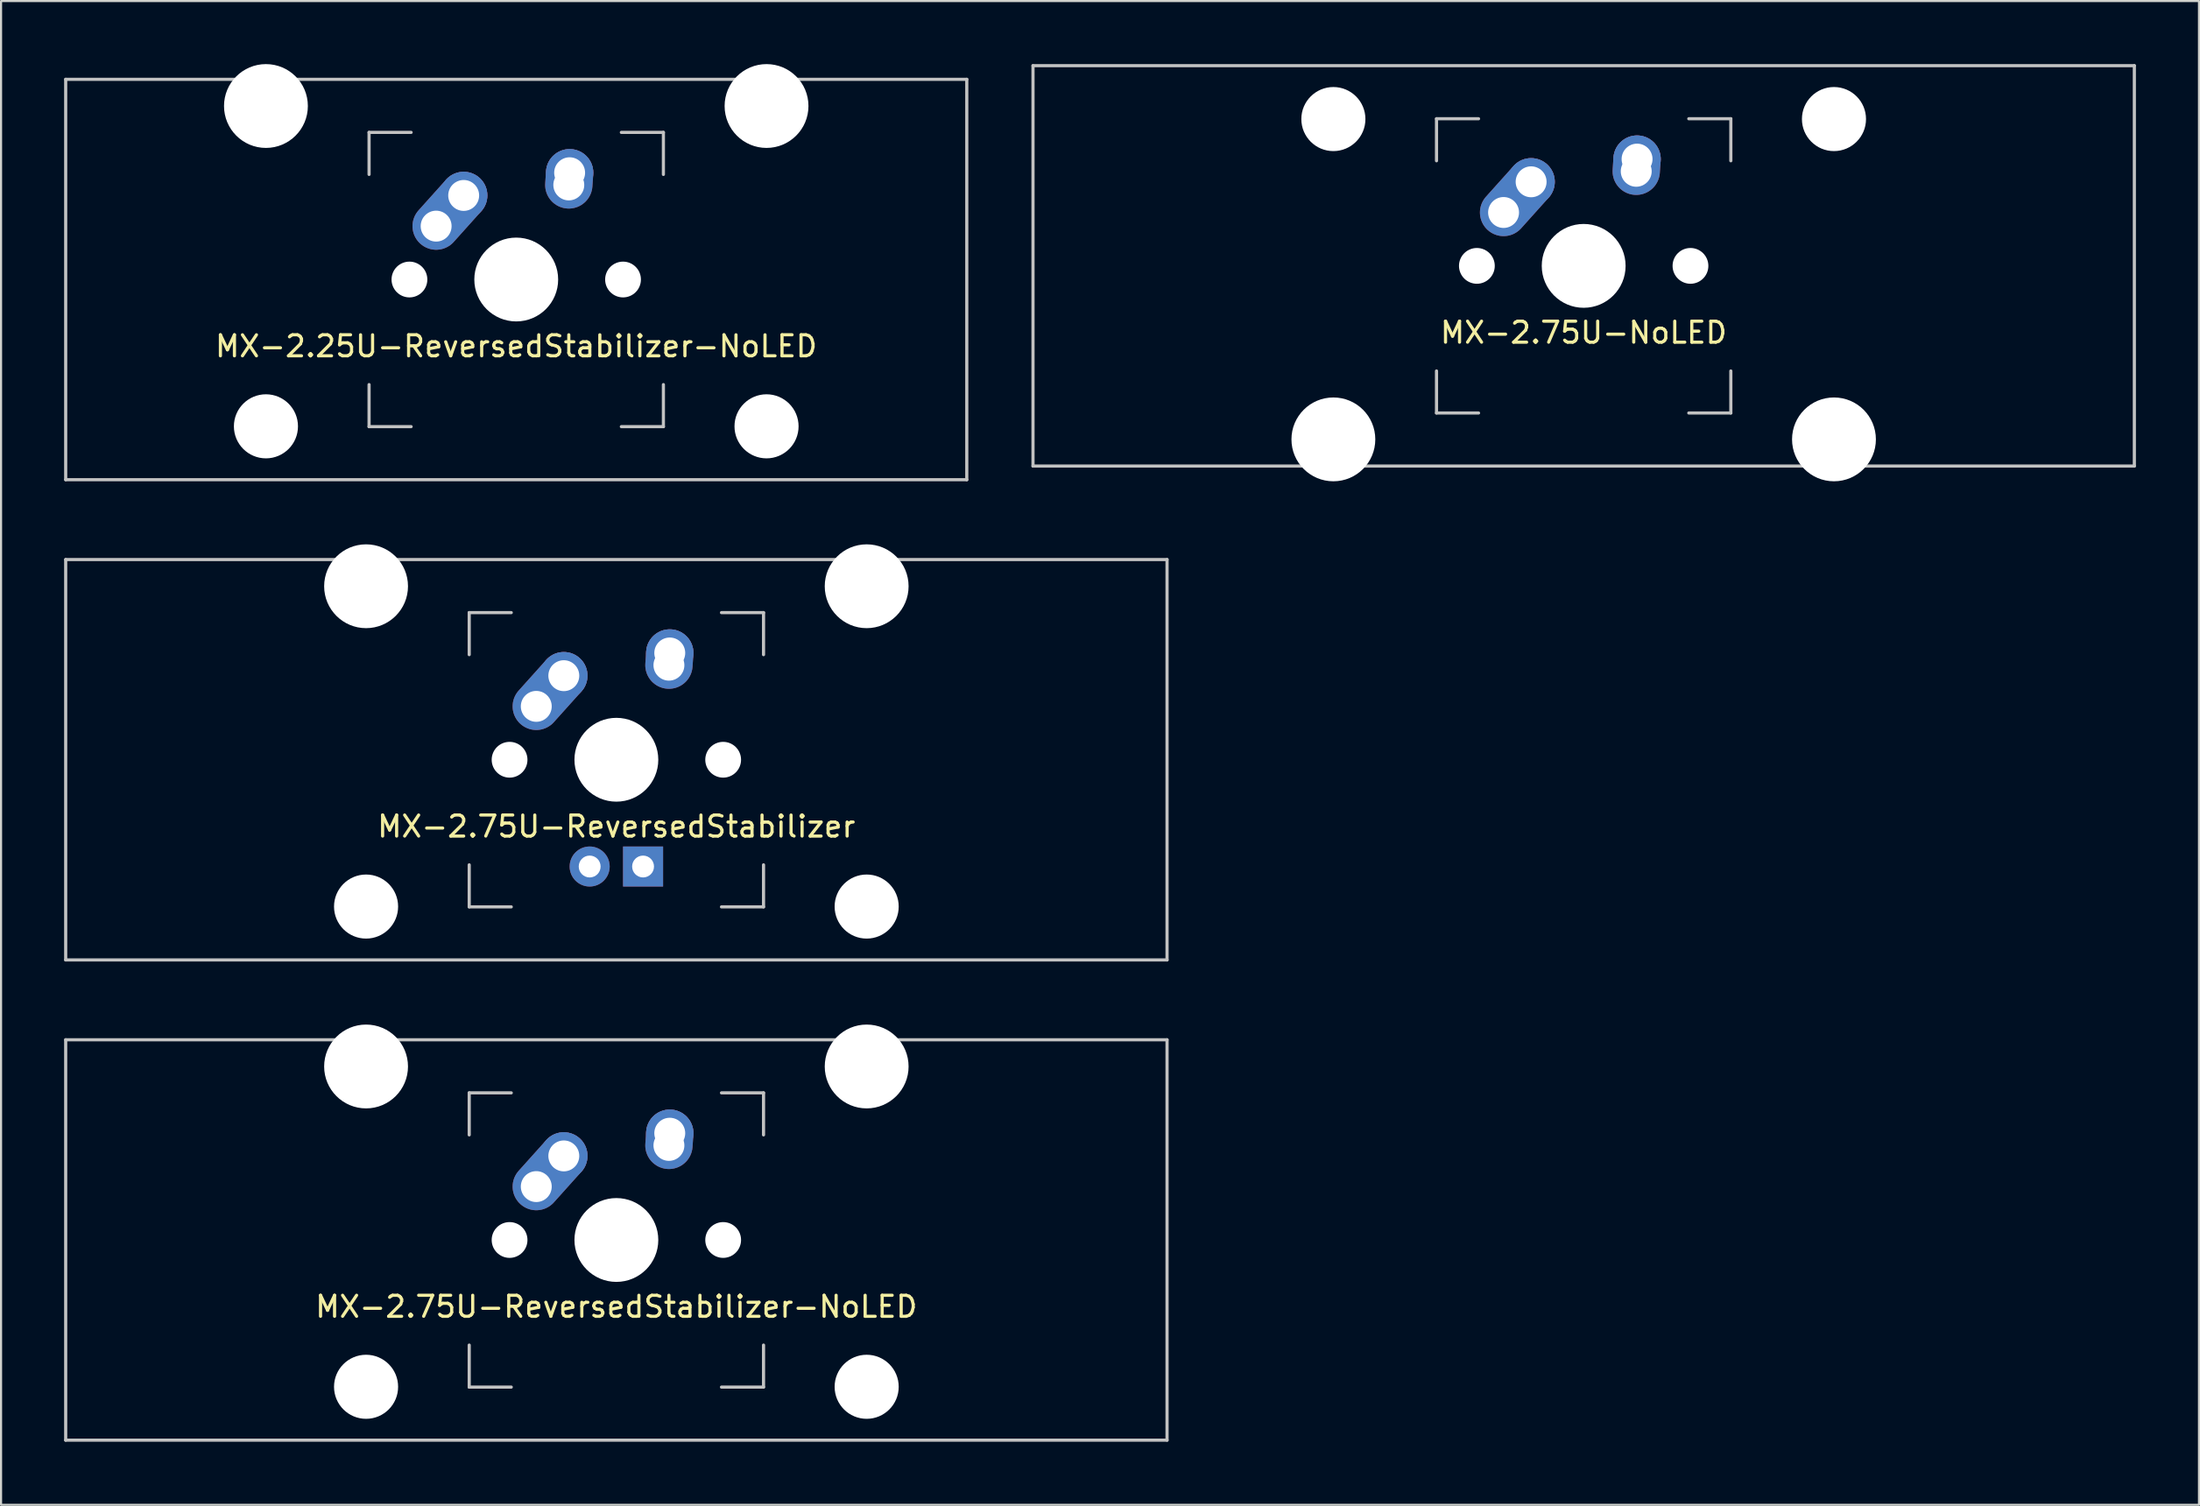
<source format=kicad_pcb>
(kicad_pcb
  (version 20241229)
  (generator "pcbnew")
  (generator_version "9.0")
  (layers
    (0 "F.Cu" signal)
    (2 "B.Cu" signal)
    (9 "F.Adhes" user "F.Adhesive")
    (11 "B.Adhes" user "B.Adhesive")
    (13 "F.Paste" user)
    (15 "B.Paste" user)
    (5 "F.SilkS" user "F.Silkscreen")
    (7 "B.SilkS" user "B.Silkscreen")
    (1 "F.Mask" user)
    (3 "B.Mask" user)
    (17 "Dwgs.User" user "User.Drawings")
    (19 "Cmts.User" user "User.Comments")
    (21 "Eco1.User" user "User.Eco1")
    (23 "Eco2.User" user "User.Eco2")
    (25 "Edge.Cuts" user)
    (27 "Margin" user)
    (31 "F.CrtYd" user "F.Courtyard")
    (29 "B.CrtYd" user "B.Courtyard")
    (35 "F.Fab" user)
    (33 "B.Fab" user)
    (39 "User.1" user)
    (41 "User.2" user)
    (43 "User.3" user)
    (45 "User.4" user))
  (footprint "MX-2.75U-ReversedStabilizer"
    (layer "F.Cu")
    (at 26.269 33.098)
    (property "Reference" "MX-2.75U-ReversedStabilizer" (at 0 3.175 0) (layer "F.SilkS") (effects (font (size 1 1) (thickness 0.15))))
    (attr through_hole)
    (fp_line (start -26.194 -9.525) (end 26.194 -9.525) (stroke (width 0.15) (type solid)) (layer "Dwgs.User"))
    (fp_line (start -26.194 9.525) (end -26.194 -9.525) (stroke (width 0.15) (type solid)) (layer "Dwgs.User"))
    (fp_line (start -26.194 9.525) (end 26.194 9.525) (stroke (width 0.15) (type solid)) (layer "Dwgs.User"))
    (fp_line (start -7 -7) (end -7 -5) (stroke (width 0.15) (type solid)) (layer "Dwgs.User"))
    (fp_line (start -7 5) (end -7 7) (stroke (width 0.15) (type solid)) (layer "Dwgs.User"))
    (fp_line (start -7 7) (end -5 7) (stroke (width 0.15) (type solid)) (layer "Dwgs.User"))
    (fp_line (start -5 -7) (end -7 -7) (stroke (width 0.15) (type solid)) (layer "Dwgs.User"))
    (fp_line (start 5 -7) (end 7 -7) (stroke (width 0.15) (type solid)) (layer "Dwgs.User"))
    (fp_line (start 5 7) (end 7 7) (stroke (width 0.15) (type solid)) (layer "Dwgs.User"))
    (fp_line (start 7 -7) (end 7 -5) (stroke (width 0.15) (type solid)) (layer "Dwgs.User"))
    (fp_line (start 7 7) (end 7 5) (stroke (width 0.15) (type solid)) (layer "Dwgs.User"))
    (fp_line (start 26.194 -9.525) (end 26.194 9.525) (stroke (width 0.15) (type solid)) (layer "Dwgs.User"))
    (pad "" np_thru_hole circle (at -11.906 -8.255) (size 3.988 3.988) (drill 3.988) (layers "*.Cu" "*.Mask"))
    (pad "" np_thru_hole circle (at -11.906 6.985) (size 3.048 3.048) (drill 3.048) (layers "*.Cu" "*.Mask"))
    (pad "" np_thru_hole circle (at -5.08 0 48.1) (size 1.702 1.702) (drill 1.702) (layers "*.Cu" "*.Mask"))
    (pad "" np_thru_hole circle (at 0 0) (size 3.988 3.988) (drill 3.988) (layers "*.Cu" "*.Mask"))
    (pad "" np_thru_hole circle (at 5.08 0 48.1) (size 1.702 1.702) (drill 1.702) (layers "*.Cu" "*.Mask"))
    (pad "" np_thru_hole circle (at 11.906 -8.255) (size 3.988 3.988) (drill 3.988) (layers "*.Cu" "*.Mask"))
    (pad "" np_thru_hole circle (at 11.906 6.985) (size 3.048 3.048) (drill 3.048) (layers "*.Cu" "*.Mask"))
    (pad "1" thru_hole oval (at -3.81 -2.54 48.1) (size 4.212 2.25) (drill 1.47 (offset 0.981 0)) (layers "*.Cu" "*.Mask"))
    (pad "1" thru_hole circle (at -2.5 -4) (size 2.25 2.25) (drill 1.47) (layers "*.Cu" "*.Mask"))
    (pad "2" thru_hole oval (at 2.5 -4.5 86.055) (size 2.831 2.25) (drill 1.47 (offset 0.291 0)) (layers "*.Cu" "*.Mask"))
    (pad "2" thru_hole circle (at 2.54 -5.08) (size 2.25 2.25) (drill 1.47) (layers "*.Cu" "*.Mask"))
    (pad "3" thru_hole circle (at -1.27 5.08) (size 1.905 1.905) (drill 1.04) (layers "*.Cu" "*.Mask"))
    (pad "4" thru_hole rect (at 1.27 5.08) (size 1.905 1.905) (drill 1.04) (layers "*.Cu" "*.Mask")))
  (footprint "MX-2.25U-ReversedStabilizer-NoLED"
    (layer "F.Cu")
    (at 21.506 10.249)
    (property "Reference" "MX-2.25U-ReversedStabilizer-NoLED" (at 0 3.175 0) (layer "F.SilkS") (effects (font (size 1 1) (thickness 0.15))))
    (attr through_hole)
    (fp_line (start -21.431 -9.525) (end 21.431 -9.525) (stroke (width 0.15) (type solid)) (layer "Dwgs.User"))
    (fp_line (start -21.431 9.525) (end -21.431 -9.525) (stroke (width 0.15) (type solid)) (layer "Dwgs.User"))
    (fp_line (start -21.431 9.525) (end 21.431 9.525) (stroke (width 0.15) (type solid)) (layer "Dwgs.User"))
    (fp_line (start -7 -7) (end -7 -5) (stroke (width 0.15) (type solid)) (layer "Dwgs.User"))
    (fp_line (start -7 5) (end -7 7) (stroke (width 0.15) (type solid)) (layer "Dwgs.User"))
    (fp_line (start -7 7) (end -5 7) (stroke (width 0.15) (type solid)) (layer "Dwgs.User"))
    (fp_line (start -5 -7) (end -7 -7) (stroke (width 0.15) (type solid)) (layer "Dwgs.User"))
    (fp_line (start 5 -7) (end 7 -7) (stroke (width 0.15) (type solid)) (layer "Dwgs.User"))
    (fp_line (start 5 7) (end 7 7) (stroke (width 0.15) (type solid)) (layer "Dwgs.User"))
    (fp_line (start 7 -7) (end 7 -5) (stroke (width 0.15) (type solid)) (layer "Dwgs.User"))
    (fp_line (start 7 7) (end 7 5) (stroke (width 0.15) (type solid)) (layer "Dwgs.User"))
    (fp_line (start 21.431 -9.525) (end 21.431 9.525) (stroke (width 0.15) (type solid)) (layer "Dwgs.User"))
    (pad "" np_thru_hole circle (at -11.906 -8.255) (size 3.988 3.988) (drill 3.988) (layers "*.Cu" "*.Mask"))
    (pad "" np_thru_hole circle (at -11.906 6.985) (size 3.048 3.048) (drill 3.048) (layers "*.Cu" "*.Mask"))
    (pad "" np_thru_hole circle (at -5.08 0 48.1) (size 1.702 1.702) (drill 1.702) (layers "*.Cu" "*.Mask"))
    (pad "" np_thru_hole circle (at 0 0) (size 3.988 3.988) (drill 3.988) (layers "*.Cu" "*.Mask"))
    (pad "" np_thru_hole circle (at 5.08 0 48.1) (size 1.702 1.702) (drill 1.702) (layers "*.Cu" "*.Mask"))
    (pad "" np_thru_hole circle (at 11.906 -8.255) (size 3.988 3.988) (drill 3.988) (layers "*.Cu" "*.Mask"))
    (pad "" np_thru_hole circle (at 11.906 6.985) (size 3.048 3.048) (drill 3.048) (layers "*.Cu" "*.Mask"))
    (pad "1" thru_hole oval (at -3.81 -2.54 48.1) (size 4.212 2.25) (drill 1.47 (offset 0.981 0)) (layers "*.Cu" "*.Mask"))
    (pad "1" thru_hole circle (at -2.5 -4) (size 2.25 2.25) (drill 1.47) (layers "*.Cu" "*.Mask"))
    (pad "2" thru_hole oval (at 2.5 -4.5 86.055) (size 2.831 2.25) (drill 1.47 (offset 0.291 0)) (layers "*.Cu" "*.Mask"))
    (pad "2" thru_hole circle (at 2.54 -5.08) (size 2.25 2.25) (drill 1.47) (layers "*.Cu" "*.Mask")))
  (footprint "MX-2.75U-ReversedStabilizer-NoLED"
    (layer "F.Cu")
    (at 26.269 55.947)
    (property "Reference" "MX-2.75U-ReversedStabilizer-NoLED" (at 0 3.175 0) (layer "F.SilkS") (effects (font (size 1 1) (thickness 0.15))))
    (attr through_hole)
    (fp_line (start -26.194 -9.525) (end 26.194 -9.525) (stroke (width 0.15) (type solid)) (layer "Dwgs.User"))
    (fp_line (start -26.194 9.525) (end -26.194 -9.525) (stroke (width 0.15) (type solid)) (layer "Dwgs.User"))
    (fp_line (start -26.194 9.525) (end 26.194 9.525) (stroke (width 0.15) (type solid)) (layer "Dwgs.User"))
    (fp_line (start -7 -7) (end -7 -5) (stroke (width 0.15) (type solid)) (layer "Dwgs.User"))
    (fp_line (start -7 5) (end -7 7) (stroke (width 0.15) (type solid)) (layer "Dwgs.User"))
    (fp_line (start -7 7) (end -5 7) (stroke (width 0.15) (type solid)) (layer "Dwgs.User"))
    (fp_line (start -5 -7) (end -7 -7) (stroke (width 0.15) (type solid)) (layer "Dwgs.User"))
    (fp_line (start 5 -7) (end 7 -7) (stroke (width 0.15) (type solid)) (layer "Dwgs.User"))
    (fp_line (start 5 7) (end 7 7) (stroke (width 0.15) (type solid)) (layer "Dwgs.User"))
    (fp_line (start 7 -7) (end 7 -5) (stroke (width 0.15) (type solid)) (layer "Dwgs.User"))
    (fp_line (start 7 7) (end 7 5) (stroke (width 0.15) (type solid)) (layer "Dwgs.User"))
    (fp_line (start 26.194 -9.525) (end 26.194 9.525) (stroke (width 0.15) (type solid)) (layer "Dwgs.User"))
    (pad "" np_thru_hole circle (at -11.906 -8.255) (size 3.988 3.988) (drill 3.988) (layers "*.Cu" "*.Mask"))
    (pad "" np_thru_hole circle (at -11.906 6.985) (size 3.048 3.048) (drill 3.048) (layers "*.Cu" "*.Mask"))
    (pad "" np_thru_hole circle (at -5.08 0 48.1) (size 1.702 1.702) (drill 1.702) (layers "*.Cu" "*.Mask"))
    (pad "" np_thru_hole circle (at 0 0) (size 3.988 3.988) (drill 3.988) (layers "*.Cu" "*.Mask"))
    (pad "" np_thru_hole circle (at 5.08 0 48.1) (size 1.702 1.702) (drill 1.702) (layers "*.Cu" "*.Mask"))
    (pad "" np_thru_hole circle (at 11.906 -8.255) (size 3.988 3.988) (drill 3.988) (layers "*.Cu" "*.Mask"))
    (pad "" np_thru_hole circle (at 11.906 6.985) (size 3.048 3.048) (drill 3.048) (layers "*.Cu" "*.Mask"))
    (pad "1" thru_hole oval (at -3.81 -2.54 48.1) (size 4.212 2.25) (drill 1.47 (offset 0.981 0)) (layers "*.Cu" "*.Mask"))
    (pad "1" thru_hole circle (at -2.5 -4) (size 2.25 2.25) (drill 1.47) (layers "*.Cu" "*.Mask"))
    (pad "2" thru_hole oval (at 2.5 -4.5 86.055) (size 2.831 2.25) (drill 1.47 (offset 0.291 0)) (layers "*.Cu" "*.Mask"))
    (pad "2" thru_hole circle (at 2.54 -5.08) (size 2.25 2.25) (drill 1.47) (layers "*.Cu" "*.Mask")))
  (footprint "MX-2.75U-NoLED"
    (layer "F.Cu")
    (at 72.281 9.6)
    (property "Reference" "MX-2.75U-NoLED" (at 0 3.175 0) (layer "F.SilkS") (effects (font (size 1 1) (thickness 0.15))))
    (attr through_hole)
    (fp_line (start -26.194 -9.525) (end 26.194 -9.525) (stroke (width 0.15) (type solid)) (layer "Dwgs.User"))
    (fp_line (start -26.194 9.525) (end -26.194 -9.525) (stroke (width 0.15) (type solid)) (layer "Dwgs.User"))
    (fp_line (start -26.194 9.525) (end 26.194 9.525) (stroke (width 0.15) (type solid)) (layer "Dwgs.User"))
    (fp_line (start -7 -7) (end -7 -5) (stroke (width 0.15) (type solid)) (layer "Dwgs.User"))
    (fp_line (start -7 5) (end -7 7) (stroke (width 0.15) (type solid)) (layer "Dwgs.User"))
    (fp_line (start -7 7) (end -5 7) (stroke (width 0.15) (type solid)) (layer "Dwgs.User"))
    (fp_line (start -5 -7) (end -7 -7) (stroke (width 0.15) (type solid)) (layer "Dwgs.User"))
    (fp_line (start 5 -7) (end 7 -7) (stroke (width 0.15) (type solid)) (layer "Dwgs.User"))
    (fp_line (start 5 7) (end 7 7) (stroke (width 0.15) (type solid)) (layer "Dwgs.User"))
    (fp_line (start 7 -7) (end 7 -5) (stroke (width 0.15) (type solid)) (layer "Dwgs.User"))
    (fp_line (start 7 7) (end 7 5) (stroke (width 0.15) (type solid)) (layer "Dwgs.User"))
    (fp_line (start 26.194 -9.525) (end 26.194 9.525) (stroke (width 0.15) (type solid)) (layer "Dwgs.User"))
    (pad "" np_thru_hole circle (at -11.906 -6.985) (size 3.048 3.048) (drill 3.048) (layers "*.Cu" "*.Mask"))
    (pad "" np_thru_hole circle (at -11.906 8.255) (size 3.988 3.988) (drill 3.988) (layers "*.Cu" "*.Mask"))
    (pad "" np_thru_hole circle (at -5.08 0 48.1) (size 1.702 1.702) (drill 1.702) (layers "*.Cu" "*.Mask"))
    (pad "" np_thru_hole circle (at 0 0) (size 3.988 3.988) (drill 3.988) (layers "*.Cu" "*.Mask"))
    (pad "" np_thru_hole circle (at 5.08 0 48.1) (size 1.702 1.702) (drill 1.702) (layers "*.Cu" "*.Mask"))
    (pad "" np_thru_hole circle (at 11.906 -6.985) (size 3.048 3.048) (drill 3.048) (layers "*.Cu" "*.Mask"))
    (pad "" np_thru_hole circle (at 11.906 8.255) (size 3.988 3.988) (drill 3.988) (layers "*.Cu" "*.Mask"))
    (pad "1" thru_hole oval (at -3.81 -2.54 48.1) (size 4.212 2.25) (drill 1.47 (offset 0.981 0)) (layers "*.Cu" "*.Mask"))
    (pad "1" thru_hole circle (at -2.5 -4) (size 2.25 2.25) (drill 1.47) (layers "*.Cu" "*.Mask"))
    (pad "2" thru_hole oval (at 2.5 -4.5 86.055) (size 2.831 2.25) (drill 1.47 (offset 0.291 0)) (layers "*.Cu" "*.Mask"))
    (pad "2" thru_hole circle (at 2.54 -5.08) (size 2.25 2.25) (drill 1.47) (layers "*.Cu" "*.Mask")))
  (gr_rect
    (start -3 -3)
    (end 101.55 68.547)
    (stroke (width 0.1) (type default))
    (fill no)
    (layer "Edge.Cuts")))
</source>
